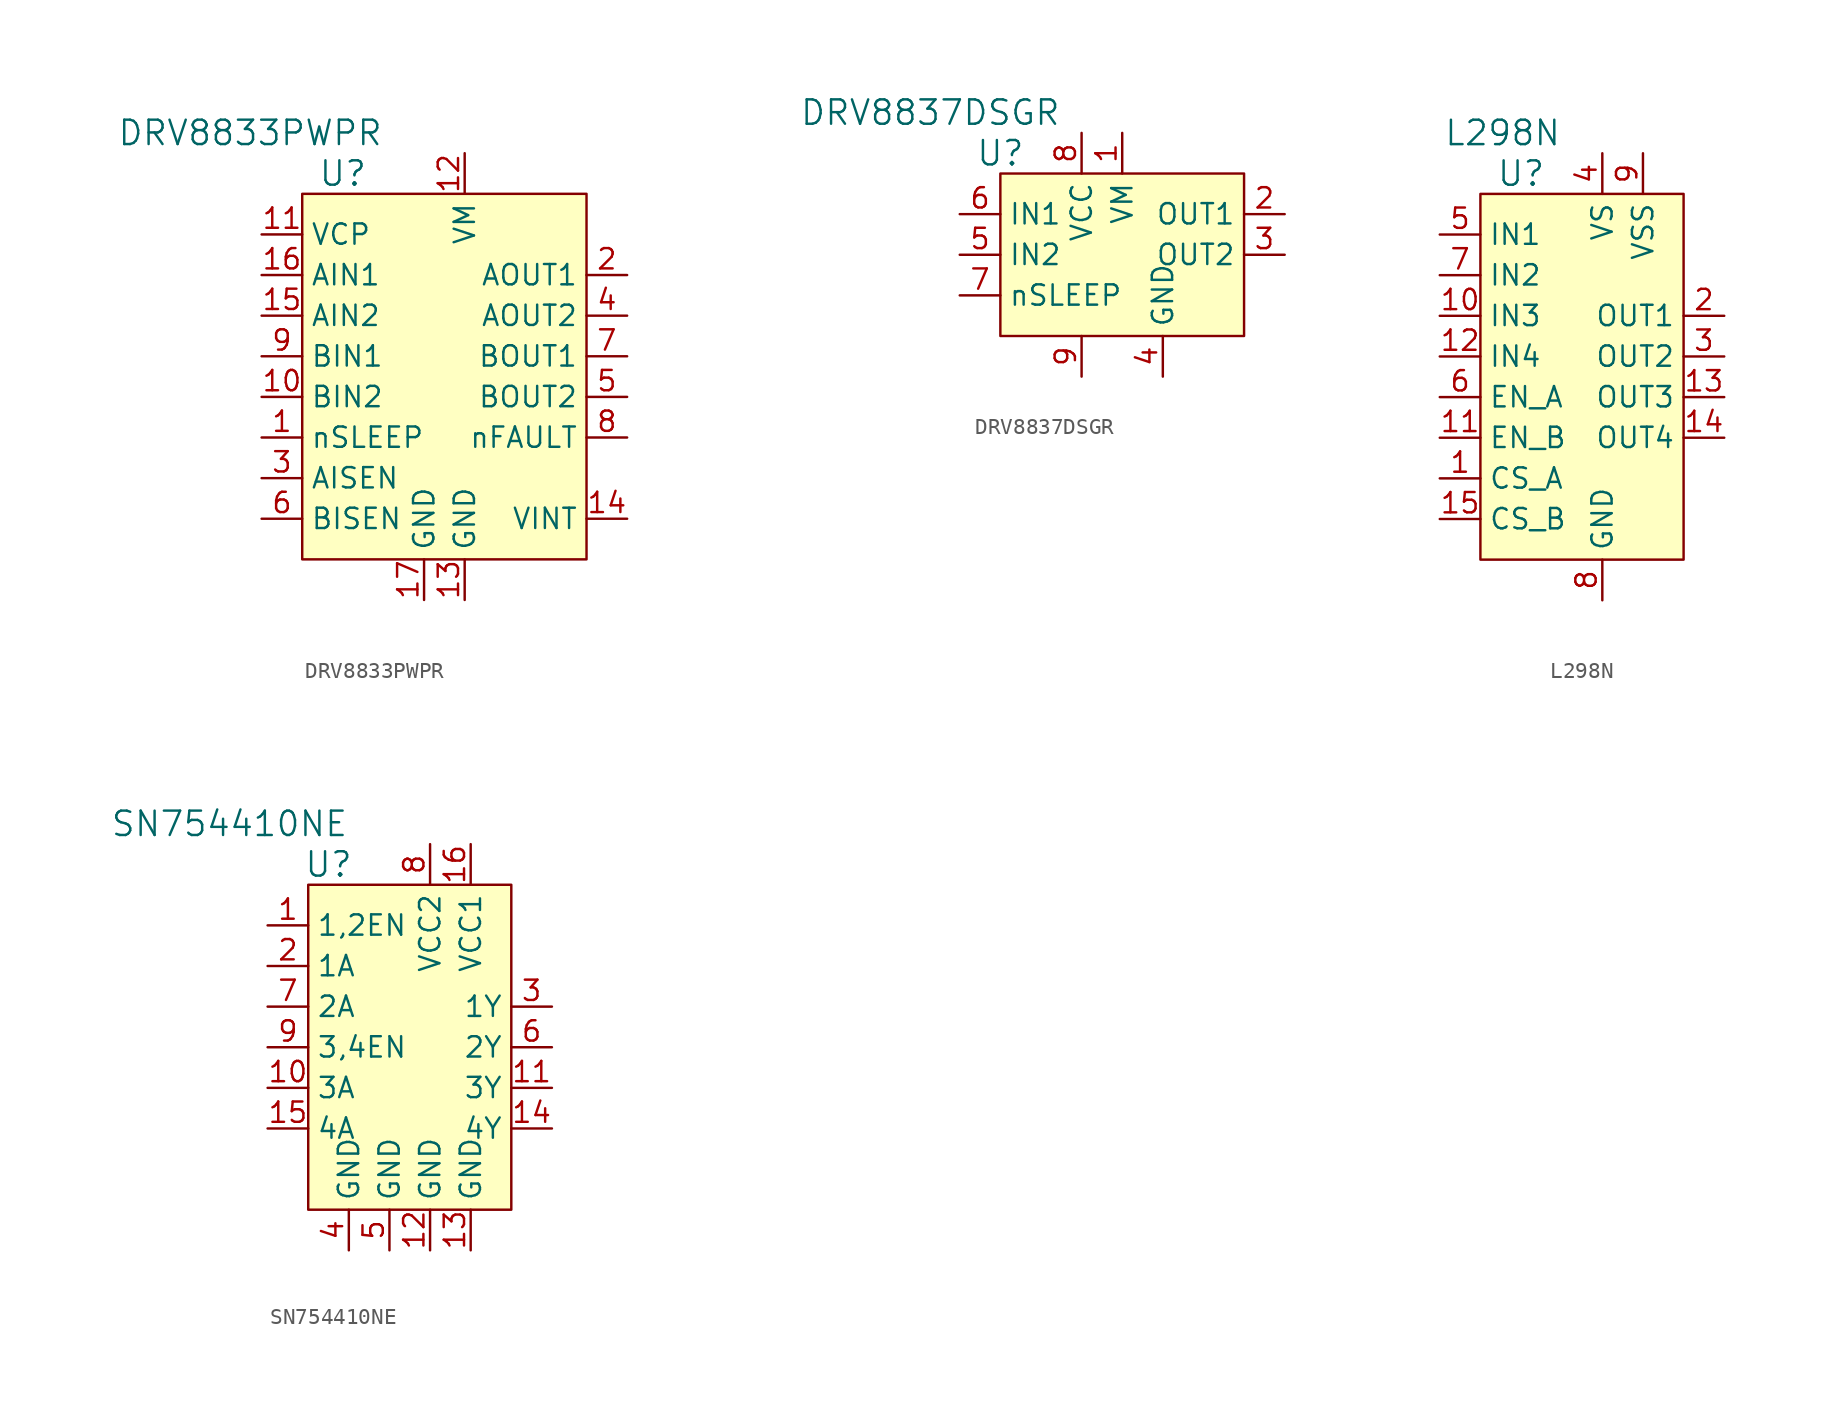
<source format=kicad_sym>
(kicad_symbol_lib
  (version 20201005)
  (generator kicad_symbol_editor)
  (symbol "DRV8833PWPR"
    (property "Reference" "U"
      (at -7.62 13.97 0)
      (effects (font (size 1.524 1.524))))
    (property "Value" "DRV8833PWPR"
      (at -5.08 16.51 0)
      (effects (font (size 1.524 1.524)) (justify right)))
    (symbol "DRV8833PWPR_0_1"
      (rectangle (start -10.16 12.7) (end 7.62 -10.16) (stroke (width 0)) (fill (type background))))
    (symbol "DRV8833PWPR_1_1"
      (pin input line (at -12.7 -2.54 0) (length 2.54) (name "nSLEEP" (effects (font (size 1.27 1.27)))) (number "1" (effects (font (size 1.27 1.27)))))
      (pin output line (at 10.16 7.62 180) (length 2.54) (name "AOUT1" (effects (font (size 1.27 1.27)))) (number "2" (effects (font (size 1.27 1.27)))))
      (pin bidirectional line (at -12.7 -5.08 0) (length 2.54) (name "AISEN" (effects (font (size 1.27 1.27)))) (number "3" (effects (font (size 1.27 1.27)))))
      (pin output line (at 10.16 5.08 180) (length 2.54) (name "AOUT2" (effects (font (size 1.27 1.27)))) (number "4" (effects (font (size 1.27 1.27)))))
      (pin output line (at 10.16 0 180) (length 2.54) (name "BOUT2" (effects (font (size 1.27 1.27)))) (number "5" (effects (font (size 1.27 1.27)))))
      (pin bidirectional line (at -12.7 -7.62 0) (length 2.54) (name "BISEN" (effects (font (size 1.27 1.27)))) (number "6" (effects (font (size 1.27 1.27)))))
      (pin output line (at 10.16 2.54 180) (length 2.54) (name "BOUT1" (effects (font (size 1.27 1.27)))) (number "7" (effects (font (size 1.27 1.27)))))
      (pin output line (at 10.16 -2.54 180) (length 2.54) (name "nFAULT" (effects (font (size 1.27 1.27)))) (number "8" (effects (font (size 1.27 1.27)))))
      (pin input line (at -12.7 2.54 0) (length 2.54) (name "BIN1" (effects (font (size 1.27 1.27)))) (number "9" (effects (font (size 1.27 1.27)))))
      (pin input line (at -12.7 0 0) (length 2.54) (name "BIN2" (effects (font (size 1.27 1.27)))) (number "10" (effects (font (size 1.27 1.27)))))
      (pin bidirectional line (at -12.7 10.16 0) (length 2.54) (name "VCP" (effects (font (size 1.27 1.27)))) (number "11" (effects (font (size 1.27 1.27)))))
      (pin power_in line (at 0 15.24 270) (length 2.54) (name "VM" (effects (font (size 1.27 1.27)))) (number "12" (effects (font (size 1.27 1.27)))))
      (pin power_in line (at 0 -12.7 90) (length 2.54) (name "GND" (effects (font (size 1.27 1.27)))) (number "13" (effects (font (size 1.27 1.27)))))
      (pin passive line (at 10.16 -7.62 180) (length 2.54) (name "VINT" (effects (font (size 1.27 1.27)))) (number "14" (effects (font (size 1.27 1.27)))))
      (pin input line (at -12.7 5.08 0) (length 2.54) (name "AIN2" (effects (font (size 1.27 1.27)))) (number "15" (effects (font (size 1.27 1.27)))))
      (pin input line (at -12.7 7.62 0) (length 2.54) (name "AIN1" (effects (font (size 1.27 1.27)))) (number "16" (effects (font (size 1.27 1.27)))))
      (pin unspecified line (at -2.54 -12.7 90) (length 2.54) (name "GND" (effects (font (size 1.27 1.27)))) (number "17" (effects (font (size 1.27 1.27)))))))
  (symbol "DRV8837DSGR"
    (property "Reference" "U"
      (at -7.62 6.35 0)
      (effects (font (size 1.524 1.524))))
    (property "Value" "DRV8837DSGR"
      (at -3.81 8.89 0)
      (effects (font (size 1.524 1.524)) (justify right)))
    (symbol "DRV8837DSGR_0_1"
      (rectangle (start -7.62 5.08) (end 7.62 -5.08) (stroke (width 0)) (fill (type background))))
    (symbol "DRV8837DSGR_1_1"
      (pin power_in line (at 0 7.62 270) (length 2.54) (name "VM" (effects (font (size 1.27 1.27)))) (number "1" (effects (font (size 1.27 1.27)))))
      (pin output line (at 10.16 2.54 180) (length 2.54) (name "OUT1" (effects (font (size 1.27 1.27)))) (number "2" (effects (font (size 1.27 1.27)))))
      (pin output line (at 10.16 0 180) (length 2.54) (name "OUT2" (effects (font (size 1.27 1.27)))) (number "3" (effects (font (size 1.27 1.27)))))
      (pin power_in line (at 2.54 -7.62 90) (length 2.54) (name "GND" (effects (font (size 1.27 1.27)))) (number "4" (effects (font (size 1.27 1.27)))))
      (pin input line (at -10.16 0 0) (length 2.54) (name "IN2" (effects (font (size 1.27 1.27)))) (number "5" (effects (font (size 1.27 1.27)))))
      (pin input line (at -10.16 2.54 0) (length 2.54) (name "IN1" (effects (font (size 1.27 1.27)))) (number "6" (effects (font (size 1.27 1.27)))))
      (pin input line (at -10.16 -2.54 0) (length 2.54) (name "nSLEEP" (effects (font (size 1.27 1.27)))) (number "7" (effects (font (size 1.27 1.27)))))
      (pin power_in line (at -2.54 7.62 270) (length 2.54) (name "VCC" (effects (font (size 1.27 1.27)))) (number "8" (effects (font (size 1.27 1.27)))))
      (pin unspecified line (at -2.54 -7.62 90) (length 2.54) (name "~" (effects (font (size 1.27 1.27)))) (number "9" (effects (font (size 1.27 1.27)))))))
  (symbol "L298N"
    (property "Reference" "U"
      (at -5.08 8.89 0)
      (effects (font (size 1.524 1.524))))
    (property "Value" "L298N"
      (at -2.54 11.43 0)
      (effects (font (size 1.524 1.524)) (justify right)))
    (symbol "L298N_0_1"
      (rectangle (start -7.62 7.62) (end 5.08 -15.24) (stroke (width 0)) (fill (type background))))
    (symbol "L298N_1_1"
      (pin input line (at -10.16 -10.16 0) (length 2.54) (name "CS_A" (effects (font (size 1.27 1.27)))) (number "1" (effects (font (size 1.27 1.27)))))
      (pin output line (at 7.62 0 180) (length 2.54) (name "OUT1" (effects (font (size 1.27 1.27)))) (number "2" (effects (font (size 1.27 1.27)))))
      (pin output line (at 7.62 -2.54 180) (length 2.54) (name "OUT2" (effects (font (size 1.27 1.27)))) (number "3" (effects (font (size 1.27 1.27)))))
      (pin power_in line (at 0 10.16 270) (length 2.54) (name "VS" (effects (font (size 1.27 1.27)))) (number "4" (effects (font (size 1.27 1.27)))))
      (pin input line (at -10.16 5.08 0) (length 2.54) (name "IN1" (effects (font (size 1.27 1.27)))) (number "5" (effects (font (size 1.27 1.27)))))
      (pin input line (at -10.16 -5.08 0) (length 2.54) (name "EN_A" (effects (font (size 1.27 1.27)))) (number "6" (effects (font (size 1.27 1.27)))))
      (pin input line (at -10.16 2.54 0) (length 2.54) (name "IN2" (effects (font (size 1.27 1.27)))) (number "7" (effects (font (size 1.27 1.27)))))
      (pin power_in line (at 0 -17.78 90) (length 2.54) (name "GND" (effects (font (size 1.27 1.27)))) (number "8" (effects (font (size 1.27 1.27)))))
      (pin power_in line (at 2.54 10.16 270) (length 2.54) (name "VSS" (effects (font (size 1.27 1.27)))) (number "9" (effects (font (size 1.27 1.27)))))
      (pin input line (at -10.16 0 0) (length 2.54) (name "IN3" (effects (font (size 1.27 1.27)))) (number "10" (effects (font (size 1.27 1.27)))))
      (pin input line (at -10.16 -7.62 0) (length 2.54) (name "EN_B" (effects (font (size 1.27 1.27)))) (number "11" (effects (font (size 1.27 1.27)))))
      (pin input line (at -10.16 -2.54 0) (length 2.54) (name "IN4" (effects (font (size 1.27 1.27)))) (number "12" (effects (font (size 1.27 1.27)))))
      (pin output line (at 7.62 -5.08 180) (length 2.54) (name "OUT3" (effects (font (size 1.27 1.27)))) (number "13" (effects (font (size 1.27 1.27)))))
      (pin output line (at 7.62 -7.62 180) (length 2.54) (name "OUT4" (effects (font (size 1.27 1.27)))) (number "14" (effects (font (size 1.27 1.27)))))
      (pin input line (at -10.16 -12.7 0) (length 2.54) (name "CS_B" (effects (font (size 1.27 1.27)))) (number "15" (effects (font (size 1.27 1.27)))))))
  (symbol "SN754410NE"
    (property "Reference" "U"
      (at -3.81 6.35 0)
      (effects (font (size 1.524 1.524))))
    (property "Value" "SN754410NE"
      (at -2.54 8.89 0)
      (effects (font (size 1.524 1.524)) (justify right)))
    (symbol "SN754410NE_0_1"
      (rectangle (start -5.08 5.08) (end 7.62 -15.24) (stroke (width 0)) (fill (type background))))
    (symbol "SN754410NE_1_1"
      (pin input line (at -7.62 2.54 0) (length 2.54) (name "1,2EN" (effects (font (size 1.27 1.27)))) (number "1" (effects (font (size 1.27 1.27)))))
      (pin input line (at -7.62 0 0) (length 2.54) (name "1A" (effects (font (size 1.27 1.27)))) (number "2" (effects (font (size 1.27 1.27)))))
      (pin output line (at 10.16 -2.54 180) (length 2.54) (name "1Y" (effects (font (size 1.27 1.27)))) (number "3" (effects (font (size 1.27 1.27)))))
      (pin power_in line (at -2.54 -17.78 90) (length 2.54) (name "GND" (effects (font (size 1.27 1.27)))) (number "4" (effects (font (size 1.27 1.27)))))
      (pin power_in line (at 0 -17.78 90) (length 2.54) (name "GND" (effects (font (size 1.27 1.27)))) (number "5" (effects (font (size 1.27 1.27)))))
      (pin output line (at 10.16 -5.08 180) (length 2.54) (name "2Y" (effects (font (size 1.27 1.27)))) (number "6" (effects (font (size 1.27 1.27)))))
      (pin input line (at -7.62 -2.54 0) (length 2.54) (name "2A" (effects (font (size 1.27 1.27)))) (number "7" (effects (font (size 1.27 1.27)))))
      (pin power_in line (at 2.54 7.62 270) (length 2.54) (name "VCC2" (effects (font (size 1.27 1.27)))) (number "8" (effects (font (size 1.27 1.27)))))
      (pin input line (at -7.62 -5.08 0) (length 2.54) (name "3,4EN" (effects (font (size 1.27 1.27)))) (number "9" (effects (font (size 1.27 1.27)))))
      (pin input line (at -7.62 -7.62 0) (length 2.54) (name "3A" (effects (font (size 1.27 1.27)))) (number "10" (effects (font (size 1.27 1.27)))))
      (pin output line (at 10.16 -7.62 180) (length 2.54) (name "3Y" (effects (font (size 1.27 1.27)))) (number "11" (effects (font (size 1.27 1.27)))))
      (pin power_in line (at 2.54 -17.78 90) (length 2.54) (name "GND" (effects (font (size 1.27 1.27)))) (number "12" (effects (font (size 1.27 1.27)))))
      (pin power_in line (at 5.08 -17.78 90) (length 2.54) (name "GND" (effects (font (size 1.27 1.27)))) (number "13" (effects (font (size 1.27 1.27)))))
      (pin output line (at 10.16 -10.16 180) (length 2.54) (name "4Y" (effects (font (size 1.27 1.27)))) (number "14" (effects (font (size 1.27 1.27)))))
      (pin input line (at -7.62 -10.16 0) (length 2.54) (name "4A" (effects (font (size 1.27 1.27)))) (number "15" (effects (font (size 1.27 1.27)))))
      (pin power_in line (at 5.08 7.62 270) (length 2.54) (name "VCC1" (effects (font (size 1.27 1.27)))) (number "16" (effects (font (size 1.27 1.27))))))))
</source>
